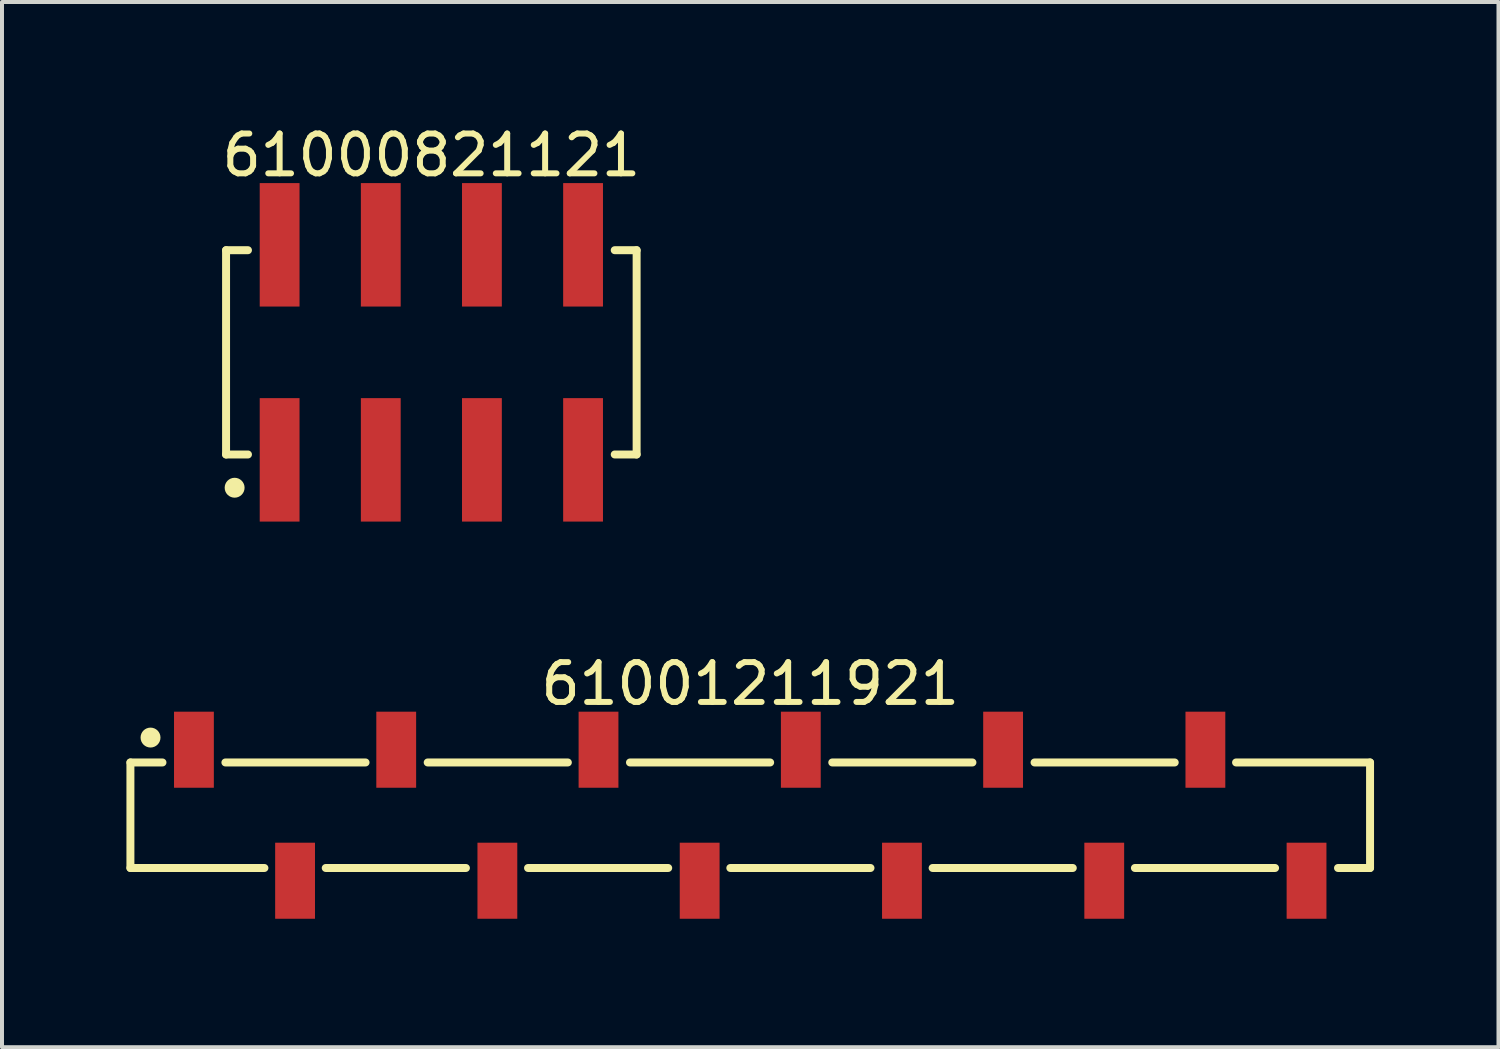
<source format=kicad_pcb>
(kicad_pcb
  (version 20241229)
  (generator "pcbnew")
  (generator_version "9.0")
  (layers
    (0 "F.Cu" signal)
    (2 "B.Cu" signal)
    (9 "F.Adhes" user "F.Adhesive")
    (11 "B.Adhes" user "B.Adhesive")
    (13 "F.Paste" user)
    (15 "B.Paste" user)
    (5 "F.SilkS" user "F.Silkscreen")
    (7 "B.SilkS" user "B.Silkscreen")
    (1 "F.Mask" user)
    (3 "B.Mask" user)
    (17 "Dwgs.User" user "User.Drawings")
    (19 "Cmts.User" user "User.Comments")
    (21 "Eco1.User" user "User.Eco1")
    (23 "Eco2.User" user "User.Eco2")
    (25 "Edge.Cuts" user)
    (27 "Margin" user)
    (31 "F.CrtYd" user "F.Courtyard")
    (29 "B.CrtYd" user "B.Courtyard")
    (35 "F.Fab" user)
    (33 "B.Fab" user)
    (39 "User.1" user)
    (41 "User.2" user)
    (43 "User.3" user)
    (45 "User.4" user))
  (footprint "61001211921"
    (layer "F.Cu")
    (at 15.79 17.422)
    (property "Reference" "61001211921" (at 0 -3.3 0) (layer "F.SilkS") (effects (font (size 1 1) (thickness 0.15))))
    (fp_line (start -15.565 -1.325) (end -14.76 -1.325) (stroke (width 0.2) (type solid)) (layer "F.SilkS"))
    (fp_line (start -15.565 1.325) (end -15.565 -1.325) (stroke (width 0.2) (type solid)) (layer "F.SilkS"))
    (fp_line (start -15.565 1.325) (end -12.2 1.325) (stroke (width 0.2) (type solid)) (layer "F.SilkS"))
    (fp_line (start -13.18 -1.325) (end -9.66 -1.325) (stroke (width 0.2) (type solid)) (layer "F.SilkS"))
    (fp_line (start -10.66 1.325) (end -7.14 1.325) (stroke (width 0.2) (type solid)) (layer "F.SilkS"))
    (fp_line (start -8.1 -1.325) (end -4.58 -1.325) (stroke (width 0.2) (type solid)) (layer "F.SilkS"))
    (fp_line (start -5.58 1.325) (end -2.06 1.325) (stroke (width 0.2) (type solid)) (layer "F.SilkS"))
    (fp_line (start -3.02 -1.325) (end 0.5 -1.325) (stroke (width 0.2) (type solid)) (layer "F.SilkS"))
    (fp_line (start -0.5 1.325) (end 3.02 1.325) (stroke (width 0.2) (type solid)) (layer "F.SilkS"))
    (fp_line (start 2.06 -1.325) (end 5.58 -1.325) (stroke (width 0.2) (type solid)) (layer "F.SilkS"))
    (fp_line (start 4.58 1.325) (end 8.1 1.325) (stroke (width 0.2) (type solid)) (layer "F.SilkS"))
    (fp_line (start 7.14 -1.325) (end 10.66 -1.325) (stroke (width 0.2) (type solid)) (layer "F.SilkS"))
    (fp_line (start 9.66 1.325) (end 13.18 1.325) (stroke (width 0.2) (type solid)) (layer "F.SilkS"))
    (fp_line (start 12.2 -1.325) (end 15.565 -1.325) (stroke (width 0.2) (type solid)) (layer "F.SilkS"))
    (fp_line (start 14.76 1.325) (end 15.565 1.325) (stroke (width 0.2) (type solid)) (layer "F.SilkS"))
    (fp_line (start 15.565 1.325) (end 15.565 -1.325) (stroke (width 0.2) (type solid)) (layer "F.SilkS"))
    (fp_circle (center -15.06 -1.95) (end -15.06 -2.075) (stroke (width 0.25) (type solid)) (fill no) (layer "F.SilkS"))
    (fp_line (start -15.765 -2.8) (end 15.765 -2.8) (stroke (width 0.05) (type solid)) (layer "Eco2.User"))
    (fp_line (start -15.765 2.8) (end -15.765 -2.8) (stroke (width 0.05) (type solid)) (layer "Eco2.User"))
    (fp_line (start -15.765 2.8) (end 15.765 2.8) (stroke (width 0.05) (type solid)) (layer "Eco2.User"))
    (fp_line (start -15.49 -1.25) (end 15.49 -1.25) (stroke (width 0.1) (type solid)) (layer "Eco2.User"))
    (fp_line (start -15.49 1.25) (end -15.49 -1.25) (stroke (width 0.1) (type solid)) (layer "Eco2.User"))
    (fp_line (start -15.49 1.25) (end 15.49 1.25) (stroke (width 0.1) (type solid)) (layer "Eco2.User"))
    (fp_line (start -14.22 -2.025) (end -13.72 -2.025) (stroke (width 0.1) (type solid)) (layer "Eco2.User"))
    (fp_line (start -14.22 -1.25) (end -14.22 -2.025) (stroke (width 0.1) (type solid)) (layer "Eco2.User"))
    (fp_line (start -13.72 -1.25) (end -13.72 -2.025) (stroke (width 0.1) (type solid)) (layer "Eco2.User"))
    (fp_line (start -11.68 2.025) (end -11.68 1.25) (stroke (width 0.1) (type solid)) (layer "Eco2.User"))
    (fp_line (start -11.68 2.025) (end -11.18 2.025) (stroke (width 0.1) (type solid)) (layer "Eco2.User"))
    (fp_line (start -11.18 2.025) (end -11.18 1.25) (stroke (width 0.1) (type solid)) (layer "Eco2.User"))
    (fp_line (start -9.14 -2.025) (end -8.64 -2.025) (stroke (width 0.1) (type solid)) (layer "Eco2.User"))
    (fp_line (start -9.14 -1.25) (end -9.14 -2.025) (stroke (width 0.1) (type solid)) (layer "Eco2.User"))
    (fp_line (start -8.64 -1.25) (end -8.64 -2.025) (stroke (width 0.1) (type solid)) (layer "Eco2.User"))
    (fp_line (start -6.6 2.025) (end -6.6 1.25) (stroke (width 0.1) (type solid)) (layer "Eco2.User"))
    (fp_line (start -6.6 2.025) (end -6.1 2.025) (stroke (width 0.1) (type solid)) (layer "Eco2.User"))
    (fp_line (start -6.1 2.025) (end -6.1 1.25) (stroke (width 0.1) (type solid)) (layer "Eco2.User"))
    (fp_line (start -4.06 -2.025) (end -3.56 -2.025) (stroke (width 0.1) (type solid)) (layer "Eco2.User"))
    (fp_line (start -4.06 -1.25) (end -4.06 -2.025) (stroke (width 0.1) (type solid)) (layer "Eco2.User"))
    (fp_line (start -3.56 -1.25) (end -3.56 -2.025) (stroke (width 0.1) (type solid)) (layer "Eco2.User"))
    (fp_line (start -1.52 2.025) (end -1.52 1.25) (stroke (width 0.1) (type solid)) (layer "Eco2.User"))
    (fp_line (start -1.52 2.025) (end -1.02 2.025) (stroke (width 0.1) (type solid)) (layer "Eco2.User"))
    (fp_line (start -1.02 2.025) (end -1.02 1.25) (stroke (width 0.1) (type solid)) (layer "Eco2.User"))
    (fp_line (start -0.5 0) (end 0.5 0) (stroke (width 0.05) (type solid)) (layer "Eco2.User"))
    (fp_line (start 0 0.5) (end 0 -0.5) (stroke (width 0.05) (type solid)) (layer "Eco2.User"))
    (fp_line (start 1.02 -2.025) (end 1.52 -2.025) (stroke (width 0.1) (type solid)) (layer "Eco2.User"))
    (fp_line (start 1.02 -1.25) (end 1.02 -2.025) (stroke (width 0.1) (type solid)) (layer "Eco2.User"))
    (fp_line (start 1.52 -1.25) (end 1.52 -2.025) (stroke (width 0.1) (type solid)) (layer "Eco2.User"))
    (fp_line (start 3.56 2.025) (end 3.56 1.25) (stroke (width 0.1) (type solid)) (layer "Eco2.User"))
    (fp_line (start 3.56 2.025) (end 4.06 2.025) (stroke (width 0.1) (type solid)) (layer "Eco2.User"))
    (fp_line (start 4.06 2.025) (end 4.06 1.25) (stroke (width 0.1) (type solid)) (layer "Eco2.User"))
    (fp_line (start 6.1 -2.025) (end 6.6 -2.025) (stroke (width 0.1) (type solid)) (layer "Eco2.User"))
    (fp_line (start 6.1 -1.25) (end 6.1 -2.025) (stroke (width 0.1) (type solid)) (layer "Eco2.User"))
    (fp_line (start 6.6 -1.25) (end 6.6 -2.025) (stroke (width 0.1) (type solid)) (layer "Eco2.User"))
    (fp_line (start 8.64 2.025) (end 8.64 1.25) (stroke (width 0.1) (type solid)) (layer "Eco2.User"))
    (fp_line (start 8.64 2.025) (end 9.14 2.025) (stroke (width 0.1) (type solid)) (layer "Eco2.User"))
    (fp_line (start 9.14 2.025) (end 9.14 1.25) (stroke (width 0.1) (type solid)) (layer "Eco2.User"))
    (fp_line (start 11.18 -2.025) (end 11.68 -2.025) (stroke (width 0.1) (type solid)) (layer "Eco2.User"))
    (fp_line (start 11.18 -1.25) (end 11.18 -2.025) (stroke (width 0.1) (type solid)) (layer "Eco2.User"))
    (fp_line (start 11.68 -1.25) (end 11.68 -2.025) (stroke (width 0.1) (type solid)) (layer "Eco2.User"))
    (fp_line (start 13.72 2.025) (end 13.72 1.25) (stroke (width 0.1) (type solid)) (layer "Eco2.User"))
    (fp_line (start 13.72 2.025) (end 14.22 2.025) (stroke (width 0.1) (type solid)) (layer "Eco2.User"))
    (fp_line (start 14.22 2.025) (end 14.22 1.25) (stroke (width 0.1) (type solid)) (layer "Eco2.User"))
    (fp_line (start 15.49 1.25) (end 15.49 -1.25) (stroke (width 0.1) (type solid)) (layer "Eco2.User"))
    (fp_line (start 15.765 2.8) (end 15.765 -2.8) (stroke (width 0.05) (type solid)) (layer "Eco2.User"))
    (fp_text user "${REFERENCE}" (at 0.15 -0.197 0) (unlocked yes) (layer "User.3") (effects (font (size 1.5 1.5) (thickness 0.15))))
    (pad "1" smd rect (at -13.97 -1.645) (size 1 1.91) (layers "F.Cu" "F.Mask" "F.Paste"))
    (pad "2" smd rect (at -11.43 1.645) (size 1 1.91) (layers "F.Cu" "F.Mask" "F.Paste"))
    (pad "3" smd rect (at -8.89 -1.645) (size 1 1.91) (layers "F.Cu" "F.Mask" "F.Paste"))
    (pad "4" smd rect (at -6.35 1.645) (size 1 1.91) (layers "F.Cu" "F.Mask" "F.Paste"))
    (pad "5" smd rect (at -3.81 -1.645) (size 1 1.91) (layers "F.Cu" "F.Mask" "F.Paste"))
    (pad "6" smd rect (at -1.27 1.645) (size 1 1.91) (layers "F.Cu" "F.Mask" "F.Paste"))
    (pad "7" smd rect (at 1.27 -1.645) (size 1 1.91) (layers "F.Cu" "F.Mask" "F.Paste"))
    (pad "8" smd rect (at 3.81 1.645) (size 1 1.91) (layers "F.Cu" "F.Mask" "F.Paste"))
    (pad "9" smd rect (at 6.35 -1.645) (size 1 1.91) (layers "F.Cu" "F.Mask" "F.Paste"))
    (pad "10" smd rect (at 8.89 1.645) (size 1 1.91) (layers "F.Cu" "F.Mask" "F.Paste"))
    (pad "11" smd rect (at 11.43 -1.645) (size 1 1.91) (layers "F.Cu" "F.Mask" "F.Paste"))
    (pad "12" smd rect (at 13.97 1.645) (size 1 1.91) (layers "F.Cu" "F.Mask" "F.Paste")))
  (footprint "61000821121"
    (layer "F.Cu")
    (at 7.782 5.798)
    (property "Reference" "61000821121" (at 0 -4.95 0) (layer "F.SilkS") (effects (font (size 1 1) (thickness 0.15))))
    (fp_line (start -5.155 -2.565) (end -4.605 -2.565) (stroke (width 0.2) (type solid)) (layer "F.SilkS"))
    (fp_line (start -5.155 2.565) (end -5.155 -2.565) (stroke (width 0.2) (type solid)) (layer "F.SilkS"))
    (fp_line (start -5.155 2.565) (end -4.605 2.565) (stroke (width 0.2) (type solid)) (layer "F.SilkS"))
    (fp_line (start 4.605 -2.565) (end 5.155 -2.565) (stroke (width 0.2) (type solid)) (layer "F.SilkS"))
    (fp_line (start 4.605 2.565) (end 5.155 2.565) (stroke (width 0.2) (type solid)) (layer "F.SilkS"))
    (fp_line (start 5.155 2.565) (end 5.155 -2.565) (stroke (width 0.2) (type solid)) (layer "F.SilkS"))
    (fp_circle (center -4.94 3.4) (end -4.94 3.275) (stroke (width 0.25) (type solid)) (fill no) (layer "F.SilkS"))
    (fp_line (start -5.355 -4.45) (end 5.355 -4.45) (stroke (width 0.05) (type solid)) (layer "Eco2.User"))
    (fp_line (start -5.355 4.45) (end -5.355 -4.45) (stroke (width 0.05) (type solid)) (layer "Eco2.User"))
    (fp_line (start -5.355 4.45) (end 5.355 4.45) (stroke (width 0.05) (type solid)) (layer "Eco2.User"))
    (fp_line (start -5.08 -2.54) (end 5.08 -2.54) (stroke (width 0.1) (type solid)) (layer "Eco2.User"))
    (fp_line (start -5.08 2.54) (end -5.08 -2.54) (stroke (width 0.1) (type solid)) (layer "Eco2.User"))
    (fp_line (start -5.08 2.54) (end 5.08 2.54) (stroke (width 0.1) (type solid)) (layer "Eco2.User"))
    (fp_line (start -4.13 -3.75) (end -3.49 -3.75) (stroke (width 0.1) (type solid)) (layer "Eco2.User"))
    (fp_line (start -4.13 -2.54) (end -4.13 -3.75) (stroke (width 0.1) (type solid)) (layer "Eco2.User"))
    (fp_line (start -4.13 3.75) (end -4.13 2.54) (stroke (width 0.1) (type solid)) (layer "Eco2.User"))
    (fp_line (start -4.13 3.75) (end -3.49 3.75) (stroke (width 0.1) (type solid)) (layer "Eco2.User"))
    (fp_line (start -3.49 -2.54) (end -3.49 -3.75) (stroke (width 0.1) (type solid)) (layer "Eco2.User"))
    (fp_line (start -3.49 3.75) (end -3.49 2.54) (stroke (width 0.1) (type solid)) (layer "Eco2.User"))
    (fp_line (start -1.59 -3.75) (end -0.95 -3.75) (stroke (width 0.1) (type solid)) (layer "Eco2.User"))
    (fp_line (start -1.59 -2.54) (end -1.59 -3.75) (stroke (width 0.1) (type solid)) (layer "Eco2.User"))
    (fp_line (start -1.59 3.75) (end -1.59 2.54) (stroke (width 0.1) (type solid)) (layer "Eco2.User"))
    (fp_line (start -1.59 3.75) (end -0.95 3.75) (stroke (width 0.1) (type solid)) (layer "Eco2.User"))
    (fp_line (start -0.95 -2.54) (end -0.95 -3.75) (stroke (width 0.1) (type solid)) (layer "Eco2.User"))
    (fp_line (start -0.95 3.75) (end -0.95 2.54) (stroke (width 0.1) (type solid)) (layer "Eco2.User"))
    (fp_line (start -0.5 0) (end 0.5 0) (stroke (width 0.05) (type solid)) (layer "Eco2.User"))
    (fp_line (start 0 0.5) (end 0 -0.5) (stroke (width 0.05) (type solid)) (layer "Eco2.User"))
    (fp_line (start 0.95 -3.75) (end 1.59 -3.75) (stroke (width 0.1) (type solid)) (layer "Eco2.User"))
    (fp_line (start 0.95 -2.54) (end 0.95 -3.75) (stroke (width 0.1) (type solid)) (layer "Eco2.User"))
    (fp_line (start 0.95 3.75) (end 0.95 2.54) (stroke (width 0.1) (type solid)) (layer "Eco2.User"))
    (fp_line (start 0.95 3.75) (end 1.59 3.75) (stroke (width 0.1) (type solid)) (layer "Eco2.User"))
    (fp_line (start 1.59 -2.54) (end 1.59 -3.75) (stroke (width 0.1) (type solid)) (layer "Eco2.User"))
    (fp_line (start 1.59 3.75) (end 1.59 2.54) (stroke (width 0.1) (type solid)) (layer "Eco2.User"))
    (fp_line (start 3.49 -3.75) (end 4.13 -3.75) (stroke (width 0.1) (type solid)) (layer "Eco2.User"))
    (fp_line (start 3.49 -2.54) (end 3.49 -3.75) (stroke (width 0.1) (type solid)) (layer "Eco2.User"))
    (fp_line (start 3.49 3.75) (end 3.49 2.54) (stroke (width 0.1) (type solid)) (layer "Eco2.User"))
    (fp_line (start 3.49 3.75) (end 4.13 3.75) (stroke (width 0.1) (type solid)) (layer "Eco2.User"))
    (fp_line (start 4.13 -2.54) (end 4.13 -3.75) (stroke (width 0.1) (type solid)) (layer "Eco2.User"))
    (fp_line (start 4.13 3.75) (end 4.13 2.54) (stroke (width 0.1) (type solid)) (layer "Eco2.User"))
    (fp_line (start 5.08 2.54) (end 5.08 -2.54) (stroke (width 0.1) (type solid)) (layer "Eco2.User"))
    (fp_line (start 5.355 4.45) (end 5.355 -4.45) (stroke (width 0.05) (type solid)) (layer "Eco2.User"))
    (fp_text user "${REFERENCE}" (at 0.15 -0.197 0) (unlocked yes) (layer "User.3") (effects (font (size 1.5 1.5) (thickness 0.15))))
    (pad "1" smd rect (at -3.81 2.7) (size 1 3.1) (layers "F.Cu" "F.Mask" "F.Paste"))
    (pad "2" smd rect (at -3.81 -2.7) (size 1 3.1) (layers "F.Cu" "F.Mask" "F.Paste"))
    (pad "3" smd rect (at -1.27 2.7) (size 1 3.1) (layers "F.Cu" "F.Mask" "F.Paste"))
    (pad "4" smd rect (at -1.27 -2.7) (size 1 3.1) (layers "F.Cu" "F.Mask" "F.Paste"))
    (pad "5" smd rect (at 1.27 2.7) (size 1 3.1) (layers "F.Cu" "F.Mask" "F.Paste"))
    (pad "6" smd rect (at 1.27 -2.7) (size 1 3.1) (layers "F.Cu" "F.Mask" "F.Paste"))
    (pad "7" smd rect (at 3.81 2.7) (size 1 3.1) (layers "F.Cu" "F.Mask" "F.Paste"))
    (pad "8" smd rect (at 3.81 -2.7) (size 1 3.1) (layers "F.Cu" "F.Mask" "F.Paste")))
  (gr_rect
    (start -3 -3)
    (end 34.58 23.247)
    (stroke (width 0.1) (type default))
    (fill no)
    (layer "Edge.Cuts")))
</source>
